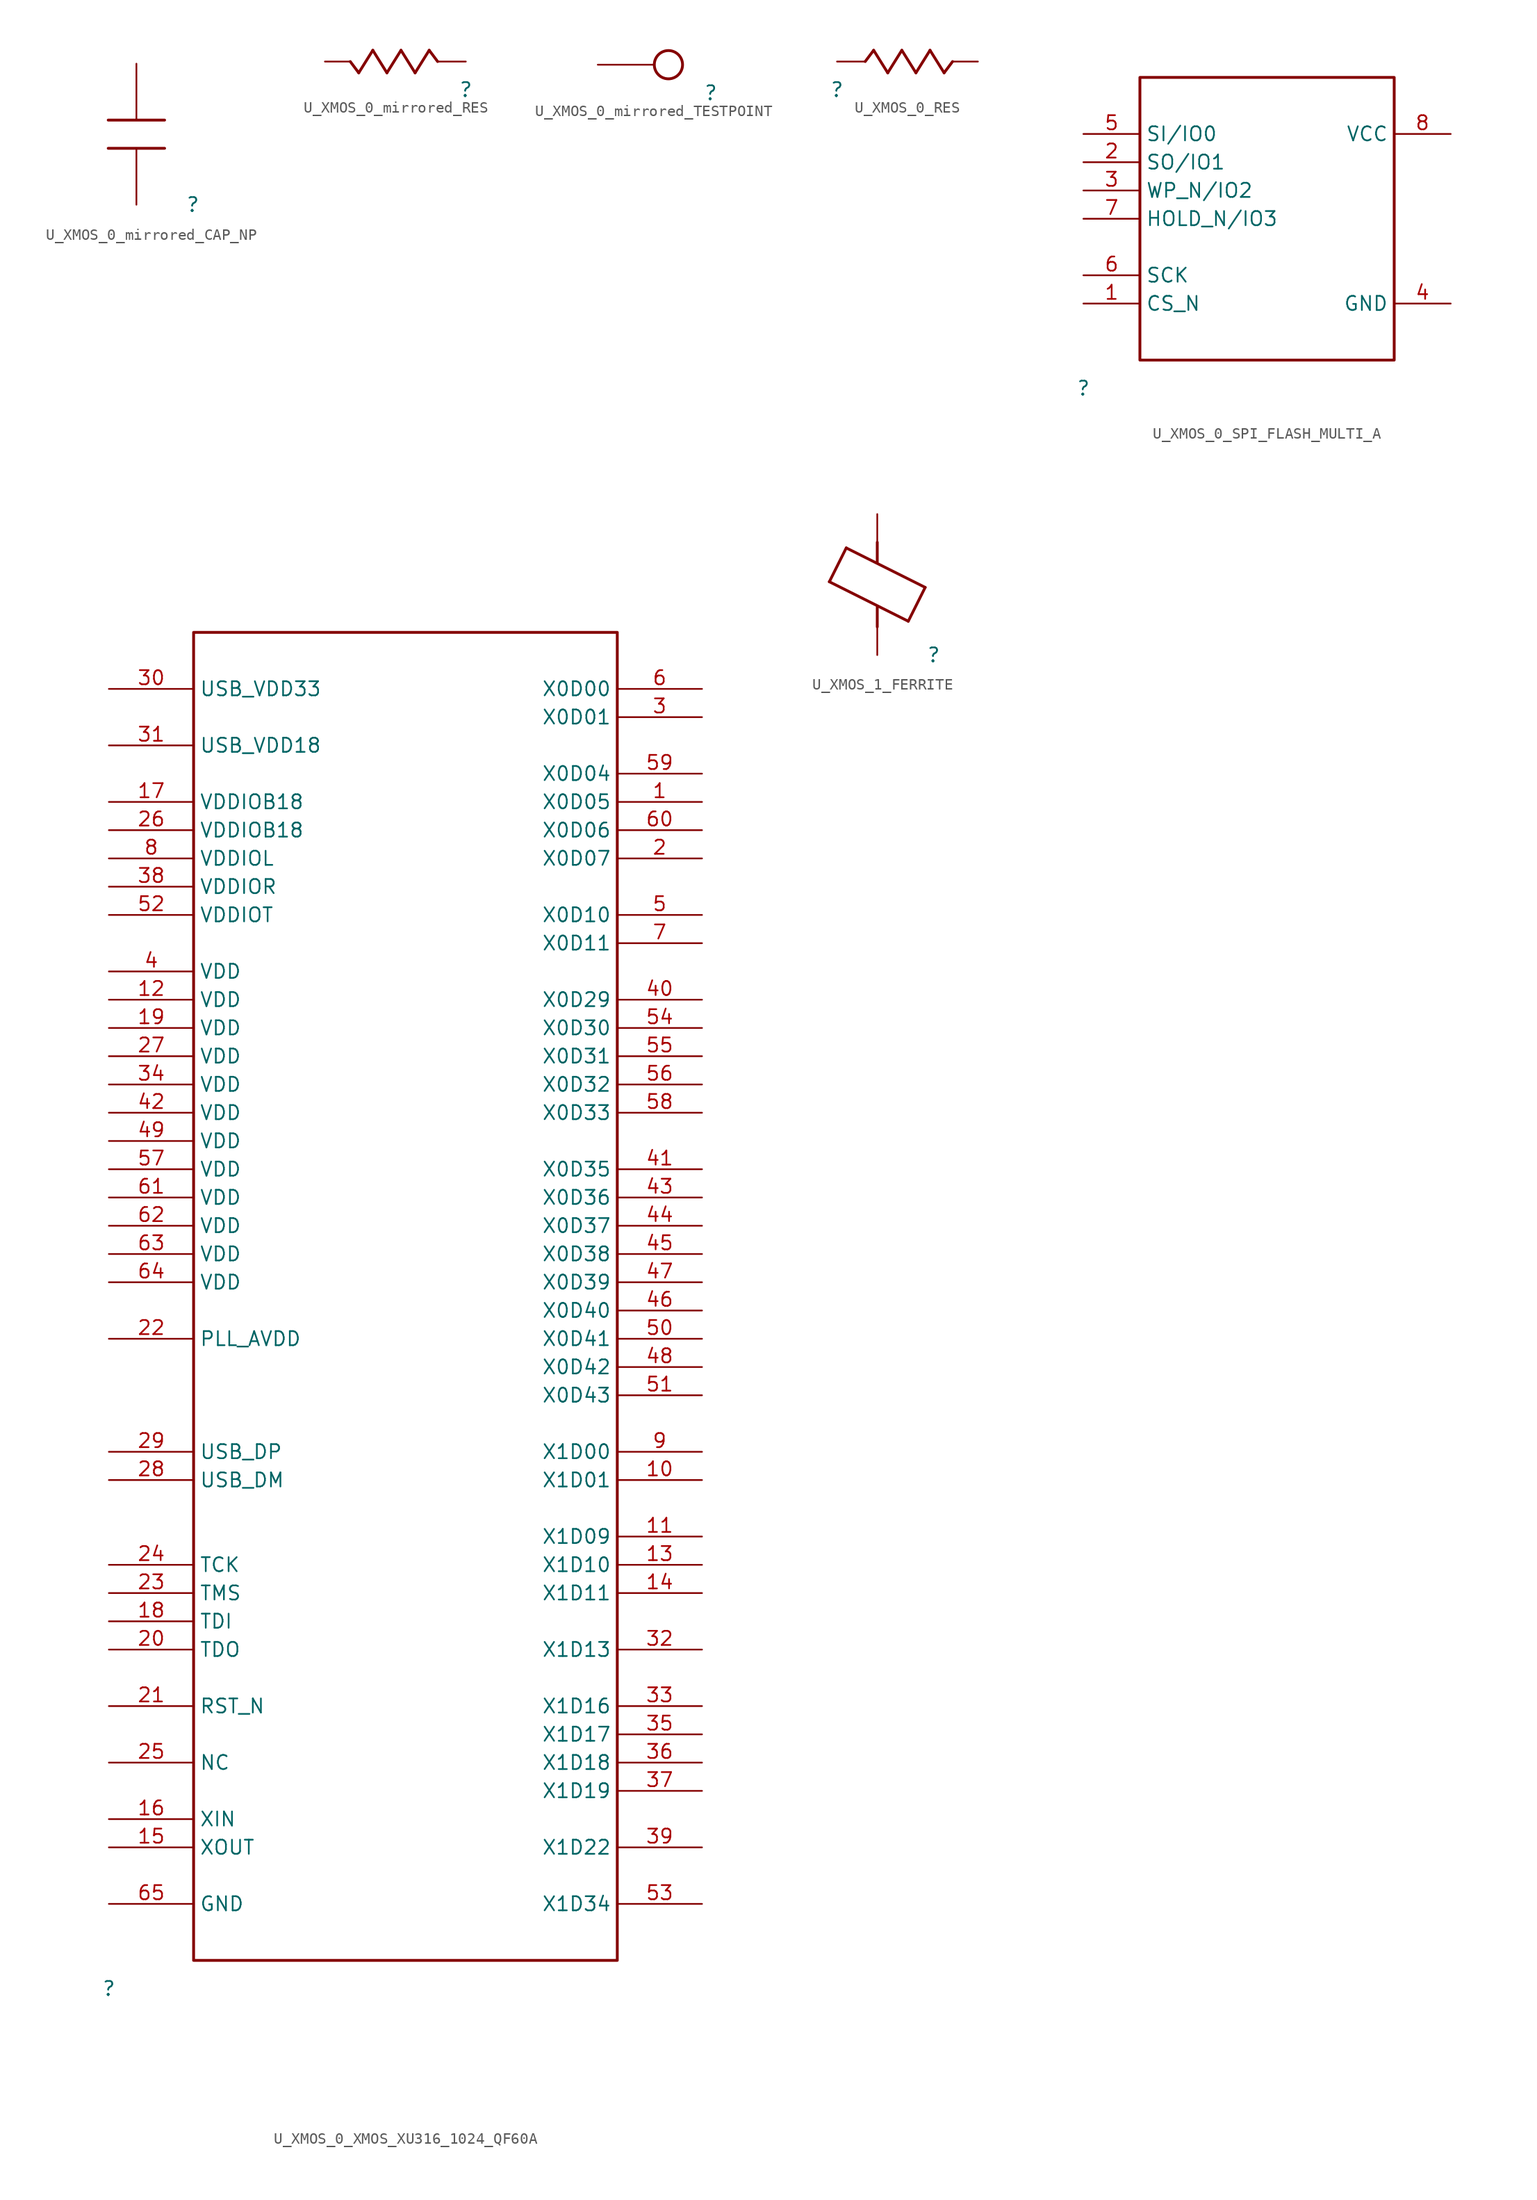
<source format=kicad_sym>
(kicad_symbol_lib
  (version 20231120)
  (generator "kicad_symbol_editor")
  (generator_version "8.0")
  (symbol "U_XMOS_0_mirrored_CAP_NP"
    (property "Reference" ""
      (at 0 0 0)
      (effects (font (size 1.27 1.27))))
    (property "Value" ""
      (at 0 0 0)
      (effects (font (size 1.27 1.27))))
    (symbol "U_XMOS_0_mirrored_CAP_NP_1_0"
      (polyline (pts (xy -7.62 5.08) (xy -2.54 5.08)) (stroke (width 0.254) (type solid)) (fill (type none)))
      (polyline (pts (xy -2.54 7.62) (xy -7.62 7.62)) (stroke (width 0.254) (type solid)) (fill (type none)))
      (pin passive line (at -5.08 12.7 270) (length 5.08) (name "1" (effects (font (size 0 0)))) (number "1" (effects (font (size 0 0)))))
      (pin passive line (at -5.08 0 90) (length 5.08) (name "2" (effects (font (size 0 0)))) (number "2" (effects (font (size 0 0)))))))
  (symbol "U_XMOS_0_mirrored_RES"
    (property "Reference" ""
      (at 0 0 0)
      (effects (font (size 1.27 1.27))))
    (property "Value" ""
      (at 0 0 0)
      (effects (font (size 1.27 1.27))))
    (symbol "U_XMOS_0_mirrored_RES_1_0"
      (polyline (pts (xy -9.652 1.524) (xy -10.414 2.54)) (stroke (width 0.254) (type solid)) (fill (type none)))
      (polyline (pts (xy -8.382 3.556) (xy -9.652 1.524)) (stroke (width 0.254) (type solid)) (fill (type none)))
      (polyline (pts (xy -7.112 1.524) (xy -8.382 3.556)) (stroke (width 0.254) (type solid)) (fill (type none)))
      (polyline (pts (xy -5.842 3.556) (xy -7.112 1.524)) (stroke (width 0.254) (type solid)) (fill (type none)))
      (polyline (pts (xy -4.572 1.524) (xy -5.842 3.556)) (stroke (width 0.254) (type solid)) (fill (type none)))
      (polyline (pts (xy -3.302 3.556) (xy -4.572 1.524)) (stroke (width 0.254) (type solid)) (fill (type none)))
      (polyline (pts (xy -2.54 2.54) (xy -3.302 3.556)) (stroke (width 0.254) (type solid)) (fill (type none)))
      (pin passive line (at 0 2.54 180) (length 2.54) (name "1" (effects (font (size 0 0)))) (number "1" (effects (font (size 0 0)))))
      (pin passive line (at -12.7 2.54 0) (length 2.286) (name "2" (effects (font (size 0 0)))) (number "2" (effects (font (size 0 0)))))))
  (symbol "U_XMOS_0_mirrored_TESTPOINT"
    (property "Reference" ""
      (at 0 0 0)
      (effects (font (size 1.27 1.27))))
    (property "Value" ""
      (at 0 0 0)
      (effects (font (size 1.27 1.27))))
    (symbol "U_XMOS_0_mirrored_TESTPOINT_1_0"
      (circle (center -3.81 2.54) (radius 1.27) (stroke (width 0.254) (type solid)) (fill (type none)))
      (pin passive line (at -10.16 2.54 0) (length 5.08) (name "1" (effects (font (size 0 0)))) (number "1" (effects (font (size 0 0)))))))
  (symbol "U_XMOS_0_RES"
    (property "Reference" ""
      (at 0 0 0)
      (effects (font (size 1.27 1.27))))
    (property "Value" ""
      (at 0 0 0)
      (effects (font (size 1.27 1.27))))
    (symbol "U_XMOS_0_RES_1_0"
      (polyline (pts (xy 2.54 2.54) (xy 3.302 3.556)) (stroke (width 0.254) (type solid)) (fill (type none)))
      (polyline (pts (xy 3.302 3.556) (xy 4.572 1.524)) (stroke (width 0.254) (type solid)) (fill (type none)))
      (polyline (pts (xy 4.572 1.524) (xy 5.842 3.556)) (stroke (width 0.254) (type solid)) (fill (type none)))
      (polyline (pts (xy 5.842 3.556) (xy 7.112 1.524)) (stroke (width 0.254) (type solid)) (fill (type none)))
      (polyline (pts (xy 7.112 1.524) (xy 8.382 3.556)) (stroke (width 0.254) (type solid)) (fill (type none)))
      (polyline (pts (xy 8.382 3.556) (xy 9.652 1.524)) (stroke (width 0.254) (type solid)) (fill (type none)))
      (polyline (pts (xy 9.652 1.524) (xy 10.414 2.54)) (stroke (width 0.254) (type solid)) (fill (type none)))
      (pin passive line (at 0 2.54 0) (length 2.54) (name "1" (effects (font (size 0 0)))) (number "1" (effects (font (size 0 0)))))
      (pin passive line (at 12.7 2.54 180) (length 2.286) (name "2" (effects (font (size 0 0)))) (number "2" (effects (font (size 0 0)))))))
  (symbol "U_XMOS_0_SPI_FLASH_MULTI_A"
    (property "Reference" ""
      (at 0 0 0)
      (effects (font (size 1.27 1.27))))
    (property "Value" ""
      (at 0 0 0)
      (effects (font (size 1.27 1.27))))
    (symbol "U_XMOS_0_SPI_FLASH_MULTI_A_1_0"
      (polyline (pts (xy 5.08 2.54) (xy 27.94 2.54) (xy 27.94 27.94) (xy 5.08 27.94) (xy 5.08 2.54)) (stroke (width 0.254) (type solid)) (fill (type none)))
      (pin input line (at 0 7.62 0) (length 5.08) (name "CS_N" (effects (font (size 1.27 1.27)))) (number "1" (effects (font (size 1.27 1.27)))))
      (pin bidirectional line (at 0 20.32 0) (length 5.08) (name "SO/IO1" (effects (font (size 1.27 1.27)))) (number "2" (effects (font (size 1.27 1.27)))))
      (pin bidirectional line (at 0 17.78 0) (length 5.08) (name "WP_N/IO2" (effects (font (size 1.27 1.27)))) (number "3" (effects (font (size 1.27 1.27)))))
      (pin power_in line (at 33.02 7.62 180) (length 5.08) (name "GND" (effects (font (size 1.27 1.27)))) (number "4" (effects (font (size 1.27 1.27)))))
      (pin bidirectional line (at 0 22.86 0) (length 5.08) (name "SI/IO0" (effects (font (size 1.27 1.27)))) (number "5" (effects (font (size 1.27 1.27)))))
      (pin input line (at 0 10.16 0) (length 5.08) (name "SCK" (effects (font (size 1.27 1.27)))) (number "6" (effects (font (size 1.27 1.27)))))
      (pin bidirectional line (at 0 15.24 0) (length 5.08) (name "HOLD_N/IO3" (effects (font (size 1.27 1.27)))) (number "7" (effects (font (size 1.27 1.27)))))
      (pin power_in line (at 33.02 22.86 180) (length 5.08) (name "VCC" (effects (font (size 1.27 1.27)))) (number "8" (effects (font (size 1.27 1.27)))))))
  (symbol "U_XMOS_0_XMOS_XU316_1024_QF60A"
    (property "Reference" ""
      (at 0 0 0)
      (effects (font (size 1.27 1.27))))
    (property "Value" ""
      (at 0 0 0)
      (effects (font (size 1.27 1.27))))
    (symbol "U_XMOS_0_XMOS_XU316_1024_QF60A_1_0"
      (polyline (pts (xy 7.62 2.54) (xy 45.72 2.54) (xy 45.72 121.92) (xy 7.62 121.92) (xy 7.62 2.54)) (stroke (width 0.254) (type solid)) (fill (type none)))
      (pin bidirectional line (at 53.34 106.68 180) (length 7.62) (name "X0D05" (effects (font (size 1.27 1.27)))) (number "1" (effects (font (size 1.27 1.27)))))
      (pin bidirectional line (at 53.34 45.72 180) (length 7.62) (name "X1D01" (effects (font (size 1.27 1.27)))) (number "10" (effects (font (size 1.27 1.27)))))
      (pin bidirectional line (at 53.34 40.64 180) (length 7.62) (name "X1D09" (effects (font (size 1.27 1.27)))) (number "11" (effects (font (size 1.27 1.27)))))
      (pin power_in line (at 0 88.9 0) (length 7.62) (name "VDD" (effects (font (size 1.27 1.27)))) (number "12" (effects (font (size 1.27 1.27)))))
      (pin bidirectional line (at 53.34 38.1 180) (length 7.62) (name "X1D10" (effects (font (size 1.27 1.27)))) (number "13" (effects (font (size 1.27 1.27)))))
      (pin bidirectional line (at 53.34 35.56 180) (length 7.62) (name "X1D11" (effects (font (size 1.27 1.27)))) (number "14" (effects (font (size 1.27 1.27)))))
      (pin passive line (at 0 12.7 0) (length 7.62) (name "XOUT" (effects (font (size 1.27 1.27)))) (number "15" (effects (font (size 1.27 1.27)))))
      (pin passive line (at 0 15.24 0) (length 7.62) (name "XIN" (effects (font (size 1.27 1.27)))) (number "16" (effects (font (size 1.27 1.27)))))
      (pin power_in line (at 0 106.68 0) (length 7.62) (name "VDDIOB18" (effects (font (size 1.27 1.27)))) (number "17" (effects (font (size 1.27 1.27)))))
      (pin input line (at 0 33.02 0) (length 7.62) (name "TDI" (effects (font (size 1.27 1.27)))) (number "18" (effects (font (size 1.27 1.27)))))
      (pin power_in line (at 0 86.36 0) (length 7.62) (name "VDD" (effects (font (size 1.27 1.27)))) (number "19" (effects (font (size 1.27 1.27)))))
      (pin bidirectional line (at 53.34 101.6 180) (length 7.62) (name "X0D07" (effects (font (size 1.27 1.27)))) (number "2" (effects (font (size 1.27 1.27)))))
      (pin output line (at 0 30.48 0) (length 7.62) (name "TDO" (effects (font (size 1.27 1.27)))) (number "20" (effects (font (size 1.27 1.27)))))
      (pin input line (at 0 25.4 0) (length 7.62) (name "RST_N" (effects (font (size 1.27 1.27)))) (number "21" (effects (font (size 1.27 1.27)))))
      (pin power_in line (at 0 58.42 0) (length 7.62) (name "PLL_AVDD" (effects (font (size 1.27 1.27)))) (number "22" (effects (font (size 1.27 1.27)))))
      (pin input line (at 0 35.56 0) (length 7.62) (name "TMS" (effects (font (size 1.27 1.27)))) (number "23" (effects (font (size 1.27 1.27)))))
      (pin input line (at 0 38.1 0) (length 7.62) (name "TCK" (effects (font (size 1.27 1.27)))) (number "24" (effects (font (size 1.27 1.27)))))
      (pin passive line (at 0 20.32 0) (length 7.62) (name "NC" (effects (font (size 1.27 1.27)))) (number "25" (effects (font (size 1.27 1.27)))))
      (pin power_in line (at 0 104.14 0) (length 7.62) (name "VDDIOB18" (effects (font (size 1.27 1.27)))) (number "26" (effects (font (size 1.27 1.27)))))
      (pin power_in line (at 0 83.82 0) (length 7.62) (name "VDD" (effects (font (size 1.27 1.27)))) (number "27" (effects (font (size 1.27 1.27)))))
      (pin passive line (at 0 45.72 0) (length 7.62) (name "USB_DM" (effects (font (size 1.27 1.27)))) (number "28" (effects (font (size 1.27 1.27)))))
      (pin passive line (at 0 48.26 0) (length 7.62) (name "USB_DP" (effects (font (size 1.27 1.27)))) (number "29" (effects (font (size 1.27 1.27)))))
      (pin bidirectional line (at 53.34 114.3 180) (length 7.62) (name "X0D01" (effects (font (size 1.27 1.27)))) (number "3" (effects (font (size 1.27 1.27)))))
      (pin power_in line (at 0 116.84 0) (length 7.62) (name "USB_VDD33" (effects (font (size 1.27 1.27)))) (number "30" (effects (font (size 1.27 1.27)))))
      (pin power_in line (at 0 111.76 0) (length 7.62) (name "USB_VDD18" (effects (font (size 1.27 1.27)))) (number "31" (effects (font (size 1.27 1.27)))))
      (pin bidirectional line (at 53.34 30.48 180) (length 7.62) (name "X1D13" (effects (font (size 1.27 1.27)))) (number "32" (effects (font (size 1.27 1.27)))))
      (pin bidirectional line (at 53.34 25.4 180) (length 7.62) (name "X1D16" (effects (font (size 1.27 1.27)))) (number "33" (effects (font (size 1.27 1.27)))))
      (pin power_in line (at 0 81.28 0) (length 7.62) (name "VDD" (effects (font (size 1.27 1.27)))) (number "34" (effects (font (size 1.27 1.27)))))
      (pin bidirectional line (at 53.34 22.86 180) (length 7.62) (name "X1D17" (effects (font (size 1.27 1.27)))) (number "35" (effects (font (size 1.27 1.27)))))
      (pin bidirectional line (at 53.34 20.32 180) (length 7.62) (name "X1D18" (effects (font (size 1.27 1.27)))) (number "36" (effects (font (size 1.27 1.27)))))
      (pin bidirectional line (at 53.34 17.78 180) (length 7.62) (name "X1D19" (effects (font (size 1.27 1.27)))) (number "37" (effects (font (size 1.27 1.27)))))
      (pin power_in line (at 0 99.06 0) (length 7.62) (name "VDDIOR" (effects (font (size 1.27 1.27)))) (number "38" (effects (font (size 1.27 1.27)))))
      (pin bidirectional line (at 53.34 12.7 180) (length 7.62) (name "X1D22" (effects (font (size 1.27 1.27)))) (number "39" (effects (font (size 1.27 1.27)))))
      (pin power_in line (at 0 91.44 0) (length 7.62) (name "VDD" (effects (font (size 1.27 1.27)))) (number "4" (effects (font (size 1.27 1.27)))))
      (pin bidirectional line (at 53.34 88.9 180) (length 7.62) (name "X0D29" (effects (font (size 1.27 1.27)))) (number "40" (effects (font (size 1.27 1.27)))))
      (pin bidirectional line (at 53.34 73.66 180) (length 7.62) (name "X0D35" (effects (font (size 1.27 1.27)))) (number "41" (effects (font (size 1.27 1.27)))))
      (pin power_in line (at 0 78.74 0) (length 7.62) (name "VDD" (effects (font (size 1.27 1.27)))) (number "42" (effects (font (size 1.27 1.27)))))
      (pin bidirectional line (at 53.34 71.12 180) (length 7.62) (name "X0D36" (effects (font (size 1.27 1.27)))) (number "43" (effects (font (size 1.27 1.27)))))
      (pin bidirectional line (at 53.34 68.58 180) (length 7.62) (name "X0D37" (effects (font (size 1.27 1.27)))) (number "44" (effects (font (size 1.27 1.27)))))
      (pin bidirectional line (at 53.34 66.04 180) (length 7.62) (name "X0D38" (effects (font (size 1.27 1.27)))) (number "45" (effects (font (size 1.27 1.27)))))
      (pin bidirectional line (at 53.34 60.96 180) (length 7.62) (name "X0D40" (effects (font (size 1.27 1.27)))) (number "46" (effects (font (size 1.27 1.27)))))
      (pin bidirectional line (at 53.34 63.5 180) (length 7.62) (name "X0D39" (effects (font (size 1.27 1.27)))) (number "47" (effects (font (size 1.27 1.27)))))
      (pin bidirectional line (at 53.34 55.88 180) (length 7.62) (name "X0D42" (effects (font (size 1.27 1.27)))) (number "48" (effects (font (size 1.27 1.27)))))
      (pin power_in line (at 0 76.2 0) (length 7.62) (name "VDD" (effects (font (size 1.27 1.27)))) (number "49" (effects (font (size 1.27 1.27)))))
      (pin bidirectional line (at 53.34 96.52 180) (length 7.62) (name "X0D10" (effects (font (size 1.27 1.27)))) (number "5" (effects (font (size 1.27 1.27)))))
      (pin bidirectional line (at 53.34 58.42 180) (length 7.62) (name "X0D41" (effects (font (size 1.27 1.27)))) (number "50" (effects (font (size 1.27 1.27)))))
      (pin bidirectional line (at 53.34 53.34 180) (length 7.62) (name "X0D43" (effects (font (size 1.27 1.27)))) (number "51" (effects (font (size 1.27 1.27)))))
      (pin power_in line (at 0 96.52 0) (length 7.62) (name "VDDIOT" (effects (font (size 1.27 1.27)))) (number "52" (effects (font (size 1.27 1.27)))))
      (pin bidirectional line (at 53.34 7.62 180) (length 7.62) (name "X1D34" (effects (font (size 1.27 1.27)))) (number "53" (effects (font (size 1.27 1.27)))))
      (pin bidirectional line (at 53.34 86.36 180) (length 7.62) (name "X0D30" (effects (font (size 1.27 1.27)))) (number "54" (effects (font (size 1.27 1.27)))))
      (pin bidirectional line (at 53.34 83.82 180) (length 7.62) (name "X0D31" (effects (font (size 1.27 1.27)))) (number "55" (effects (font (size 1.27 1.27)))))
      (pin bidirectional line (at 53.34 81.28 180) (length 7.62) (name "X0D32" (effects (font (size 1.27 1.27)))) (number "56" (effects (font (size 1.27 1.27)))))
      (pin power_in line (at 0 73.66 0) (length 7.62) (name "VDD" (effects (font (size 1.27 1.27)))) (number "57" (effects (font (size 1.27 1.27)))))
      (pin bidirectional line (at 53.34 78.74 180) (length 7.62) (name "X0D33" (effects (font (size 1.27 1.27)))) (number "58" (effects (font (size 1.27 1.27)))))
      (pin bidirectional line (at 53.34 109.22 180) (length 7.62) (name "X0D04" (effects (font (size 1.27 1.27)))) (number "59" (effects (font (size 1.27 1.27)))))
      (pin bidirectional line (at 53.34 116.84 180) (length 7.62) (name "X0D00" (effects (font (size 1.27 1.27)))) (number "6" (effects (font (size 1.27 1.27)))))
      (pin bidirectional line (at 53.34 104.14 180) (length 7.62) (name "X0D06" (effects (font (size 1.27 1.27)))) (number "60" (effects (font (size 1.27 1.27)))))
      (pin power_in line (at 0 71.12 0) (length 7.62) (name "VDD" (effects (font (size 1.27 1.27)))) (number "61" (effects (font (size 1.27 1.27)))))
      (pin power_in line (at 0 68.58 0) (length 7.62) (name "VDD" (effects (font (size 1.27 1.27)))) (number "62" (effects (font (size 1.27 1.27)))))
      (pin power_in line (at 0 66.04 0) (length 7.62) (name "VDD" (effects (font (size 1.27 1.27)))) (number "63" (effects (font (size 1.27 1.27)))))
      (pin power_in line (at 0 63.5 0) (length 7.62) (name "VDD" (effects (font (size 1.27 1.27)))) (number "64" (effects (font (size 1.27 1.27)))))
      (pin power_in line (at 0 7.62 0) (length 7.62) (name "GND" (effects (font (size 1.27 1.27)))) (number "65" (effects (font (size 1.27 1.27)))))
      (pin bidirectional line (at 53.34 93.98 180) (length 7.62) (name "X0D11" (effects (font (size 1.27 1.27)))) (number "7" (effects (font (size 1.27 1.27)))))
      (pin power_in line (at 0 101.6 0) (length 7.62) (name "VDDIOL" (effects (font (size 1.27 1.27)))) (number "8" (effects (font (size 1.27 1.27)))))
      (pin bidirectional line (at 53.34 48.26 180) (length 7.62) (name "X1D00" (effects (font (size 1.27 1.27)))) (number "9" (effects (font (size 1.27 1.27)))))))
  (symbol "U_XMOS_1_FERRITE"
    (property "Reference" ""
      (at 0 0 0)
      (effects (font (size 1.27 1.27))))
    (property "Value" ""
      (at 0 0 0)
      (effects (font (size 1.27 1.27))))
    (symbol "U_XMOS_1_FERRITE_1_0"
      (polyline (pts (xy -9.398 6.604) (xy -2.286 3.048)) (stroke (width 0.254) (type solid)) (fill (type none)))
      (polyline (pts (xy -7.874 9.652) (xy -9.398 6.604)) (stroke (width 0.254) (type solid)) (fill (type none)))
      (polyline (pts (xy -5.08 4.318) (xy -5.08 2.54)) (stroke (width 0.254) (type solid)) (fill (type none)))
      (polyline (pts (xy -5.08 8.382) (xy -5.08 10.16)) (stroke (width 0.254) (type solid)) (fill (type none)))
      (polyline (pts (xy -2.286 3.048) (xy -0.762 6.096)) (stroke (width 0.254) (type solid)) (fill (type none)))
      (polyline (pts (xy -0.762 6.096) (xy -7.874 9.652)) (stroke (width 0.254) (type solid)) (fill (type none)))
      (pin passive line (at -5.08 0 90) (length 2.54) (name "1" (effects (font (size 0 0)))) (number "1" (effects (font (size 0 0)))))
      (pin passive line (at -5.08 12.7 270) (length 2.54) (name "2" (effects (font (size 0 0)))) (number "2" (effects (font (size 0 0))))))))
</source>
